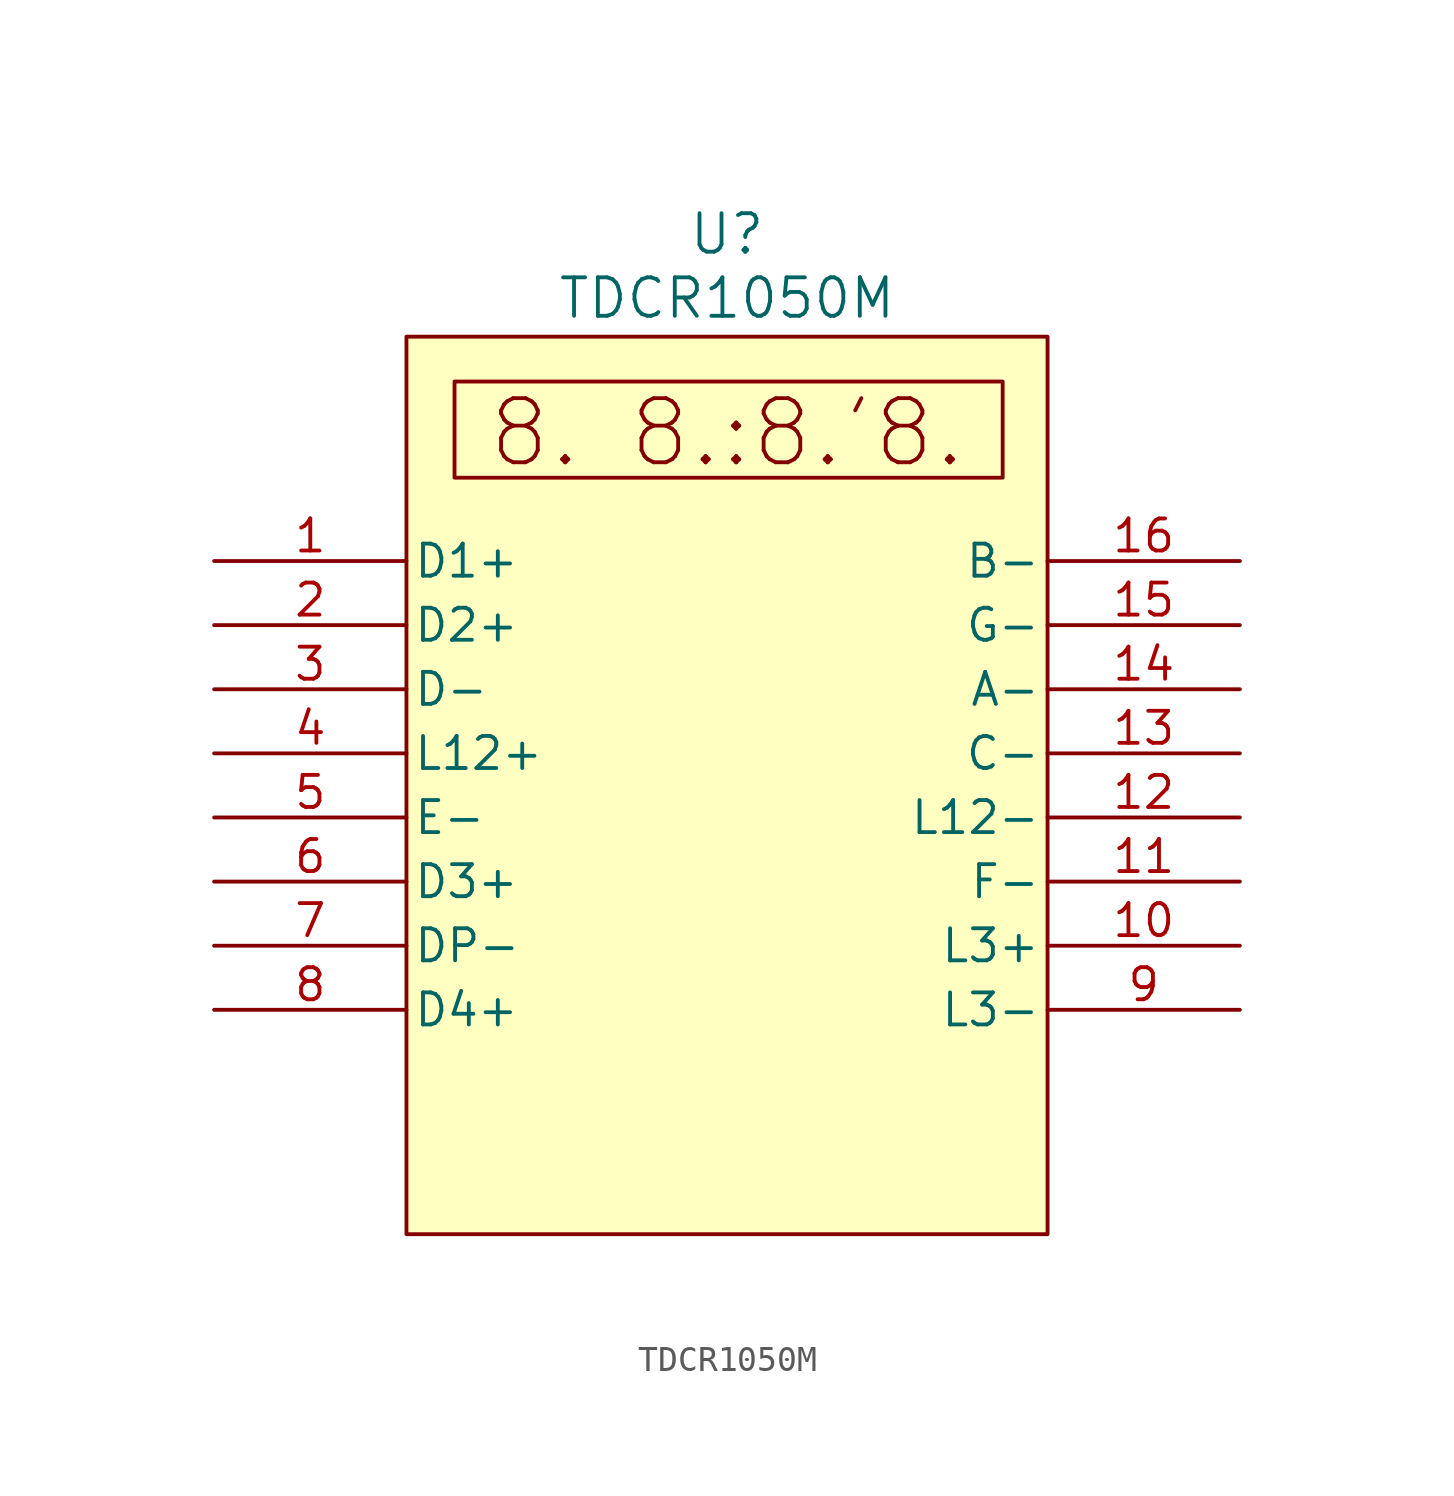
<source format=kicad_sym>
(kicad_symbol_lib
  (version 20241209)
  (generator "kicad_symbol_editor")
  (generator_version "9.0")
  (symbol "TDCR1050M"
    (pin_names
      (offset 0.254))
    (property "Reference" "U"
      (at 0 21.844 0)
      (effects (font (size 1.524 1.524))))
    (property "Value" "TDCR1050M"
      (at 0 19.304 0)
      (effects (font (size 1.524 1.524))))
    (symbol "TDCR1050M_0_1"
      (rectangle (start -10.795 16.002) (end 10.922 12.192) (stroke (width 0) (type default)) (fill (type none))))
    (symbol "TDCR1050M_1_1"
      (rectangle (start -12.7 17.78) (end 12.7 -17.78) (stroke (width 0) (type solid)) (fill (type background)))
      (text "8. 8.:8.'8." (at 0 13.97 0) (effects (font (size 2.54 2.54))))
      (pin passive line (at -20.32 8.89 0) (length 7.62) (name "D1+" (effects (font (size 1.27 1.27)))) (number "1" (effects (font (size 1.27 1.27)))))
      (pin passive line (at -20.32 6.35 0) (length 7.62) (name "D2+" (effects (font (size 1.27 1.27)))) (number "2" (effects (font (size 1.27 1.27)))))
      (pin passive line (at -20.32 3.81 0) (length 7.62) (name "D-" (effects (font (size 1.27 1.27)))) (number "3" (effects (font (size 1.27 1.27)))))
      (pin passive line (at -20.32 1.27 0) (length 7.62) (name "L12+" (effects (font (size 1.27 1.27)))) (number "4" (effects (font (size 1.27 1.27)))))
      (pin passive line (at -20.32 -1.27 0) (length 7.62) (name "E-" (effects (font (size 1.27 1.27)))) (number "5" (effects (font (size 1.27 1.27)))))
      (pin passive line (at -20.32 -3.81 0) (length 7.62) (name "D3+" (effects (font (size 1.27 1.27)))) (number "6" (effects (font (size 1.27 1.27)))))
      (pin passive line (at -20.32 -6.35 0) (length 7.62) (name "DP-" (effects (font (size 1.27 1.27)))) (number "7" (effects (font (size 1.27 1.27)))))
      (pin passive line (at -20.32 -8.89 0) (length 7.62) (name "D4+" (effects (font (size 1.27 1.27)))) (number "8" (effects (font (size 1.27 1.27)))))
      (pin passive line (at 20.32 8.89 180) (length 7.62) (name "B-" (effects (font (size 1.27 1.27)))) (number "16" (effects (font (size 1.27 1.27)))))
      (pin passive line (at 20.32 6.35 180) (length 7.62) (name "G-" (effects (font (size 1.27 1.27)))) (number "15" (effects (font (size 1.27 1.27)))))
      (pin passive line (at 20.32 3.81 180) (length 7.62) (name "A-" (effects (font (size 1.27 1.27)))) (number "14" (effects (font (size 1.27 1.27)))))
      (pin passive line (at 20.32 1.27 180) (length 7.62) (name "C-" (effects (font (size 1.27 1.27)))) (number "13" (effects (font (size 1.27 1.27)))))
      (pin passive line (at 20.32 -1.27 180) (length 7.62) (name "L12-" (effects (font (size 1.27 1.27)))) (number "12" (effects (font (size 1.27 1.27)))))
      (pin passive line (at 20.32 -3.81 180) (length 7.62) (name "F-" (effects (font (size 1.27 1.27)))) (number "11" (effects (font (size 1.27 1.27)))))
      (pin passive line (at 20.32 -6.35 180) (length 7.62) (name "L3+" (effects (font (size 1.27 1.27)))) (number "10" (effects (font (size 1.27 1.27)))))
      (pin passive line (at 20.32 -8.89 180) (length 7.62) (name "L3-" (effects (font (size 1.27 1.27)))) (number "9" (effects (font (size 1.27 1.27))))))))
</source>
